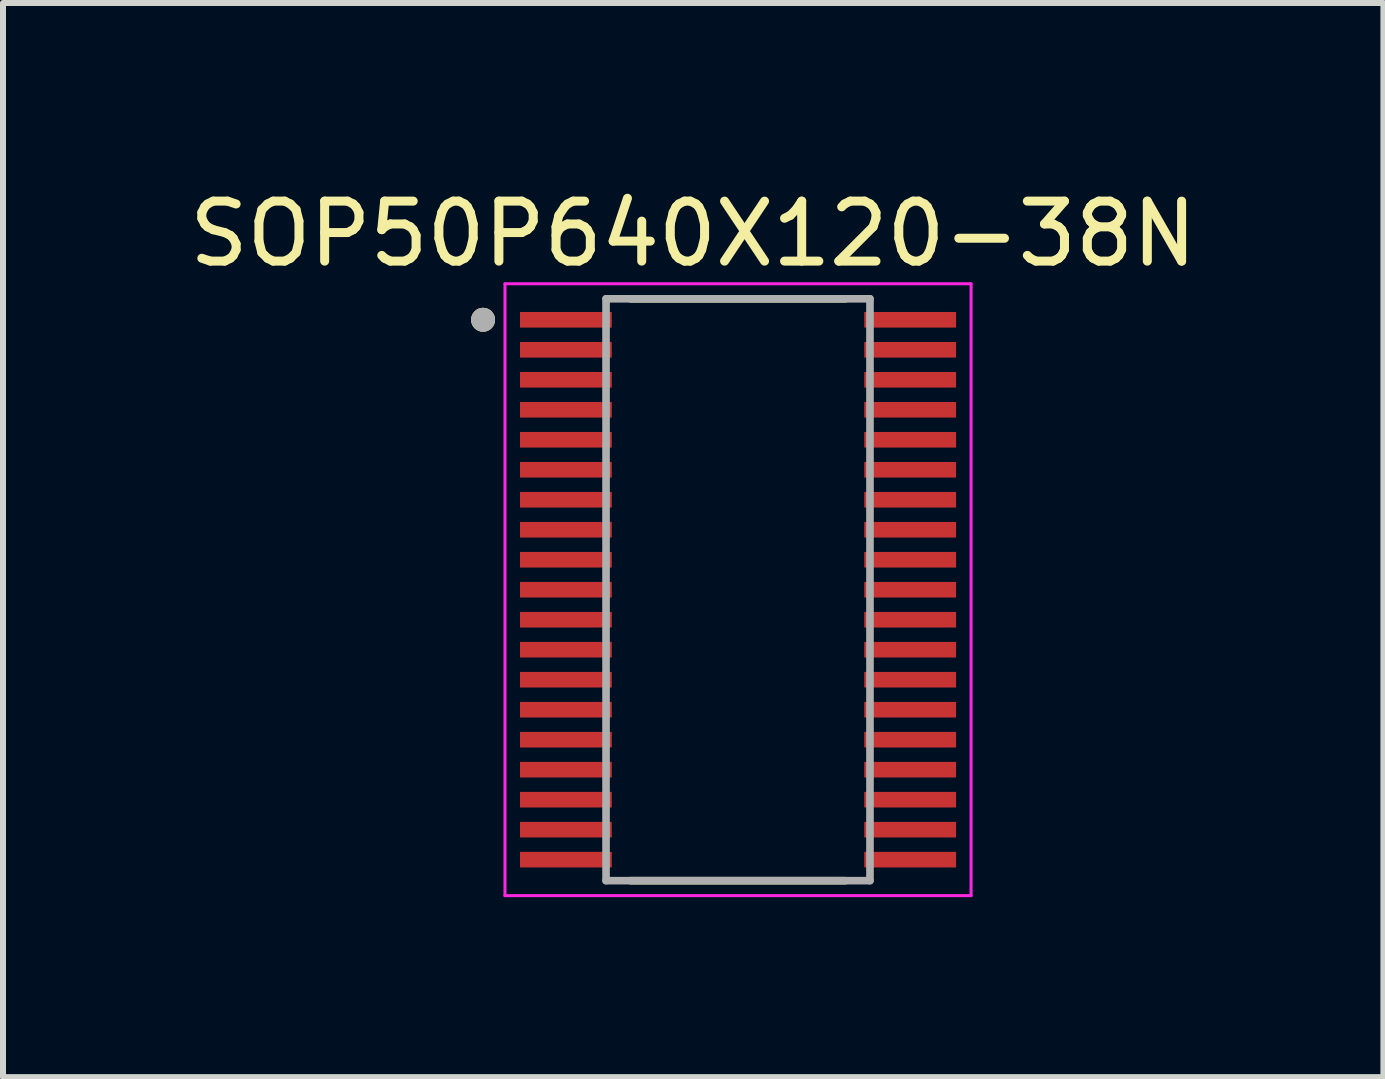
<source format=kicad_pcb>
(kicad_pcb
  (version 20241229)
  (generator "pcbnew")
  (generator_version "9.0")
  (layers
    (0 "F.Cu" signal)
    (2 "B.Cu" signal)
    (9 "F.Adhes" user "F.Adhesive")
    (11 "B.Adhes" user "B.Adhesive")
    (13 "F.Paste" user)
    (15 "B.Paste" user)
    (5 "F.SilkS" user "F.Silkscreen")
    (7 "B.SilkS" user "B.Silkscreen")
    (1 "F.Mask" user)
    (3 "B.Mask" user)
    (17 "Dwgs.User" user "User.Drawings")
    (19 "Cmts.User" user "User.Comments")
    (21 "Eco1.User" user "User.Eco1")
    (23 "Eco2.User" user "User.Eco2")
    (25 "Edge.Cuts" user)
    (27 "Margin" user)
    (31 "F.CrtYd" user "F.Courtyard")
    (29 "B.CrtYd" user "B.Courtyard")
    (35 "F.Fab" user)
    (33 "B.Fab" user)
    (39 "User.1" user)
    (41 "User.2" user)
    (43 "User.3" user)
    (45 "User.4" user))
  (footprint "SOP50P640X120-38N"
    (layer "F.Cu")
    (at 9.253 6.781)
    (property "Reference" "SOP50P640X120-38N" (at -0.748 -5.933 0) (layer "F.SilkS") (effects (font (size 1 1) (thickness 0.15))))
    (attr smd)
    (fp_line (start -1.79 -4.85) (end 1.79 -4.85) (stroke (width 0.127) (type solid)) (layer "F.SilkS"))
    (fp_line (start 1.79 4.85) (end -1.79 4.85) (stroke (width 0.127) (type solid)) (layer "F.SilkS"))
    (fp_circle (center -4.25 -4.5) (end -4.15 -4.5) (stroke (width 0.2) (type solid)) (fill no) (layer "F.SilkS"))
    (fp_line (start -3.885 -5.1) (end 3.885 -5.1) (stroke (width 0.05) (type solid)) (layer "F.CrtYd"))
    (fp_line (start -3.885 5.1) (end -3.885 -5.1) (stroke (width 0.05) (type solid)) (layer "F.CrtYd"))
    (fp_line (start 3.885 -5.1) (end 3.885 5.1) (stroke (width 0.05) (type solid)) (layer "F.CrtYd"))
    (fp_line (start 3.885 5.1) (end -3.885 5.1) (stroke (width 0.05) (type solid)) (layer "F.CrtYd"))
    (fp_line (start -2.2 -4.85) (end 2.2 -4.85) (stroke (width 0.127) (type solid)) (layer "F.Fab"))
    (fp_line (start -2.2 4.85) (end -2.2 -4.85) (stroke (width 0.127) (type solid)) (layer "F.Fab"))
    (fp_line (start 2.2 -4.85) (end 2.2 4.85) (stroke (width 0.127) (type solid)) (layer "F.Fab"))
    (fp_line (start 2.2 4.85) (end -2.2 4.85) (stroke (width 0.127) (type solid)) (layer "F.Fab"))
    (fp_circle (center -4.25 -4.5) (end -4.15 -4.5) (stroke (width 0.2) (type solid)) (fill no) (layer "F.Fab"))
    (pad "1" smd rect (at -2.87 -4.5) (size 1.53 0.26) (layers "F.Cu" "F.Mask" "F.Paste"))
    (pad "2" smd rect (at -2.87 -4) (size 1.53 0.26) (layers "F.Cu" "F.Mask" "F.Paste"))
    (pad "3" smd rect (at -2.87 -3.5) (size 1.53 0.26) (layers "F.Cu" "F.Mask" "F.Paste"))
    (pad "4" smd rect (at -2.87 -3) (size 1.53 0.26) (layers "F.Cu" "F.Mask" "F.Paste"))
    (pad "5" smd rect (at -2.87 -2.5) (size 1.53 0.26) (layers "F.Cu" "F.Mask" "F.Paste"))
    (pad "6" smd rect (at -2.87 -2) (size 1.53 0.26) (layers "F.Cu" "F.Mask" "F.Paste"))
    (pad "7" smd rect (at -2.87 -1.5) (size 1.53 0.26) (layers "F.Cu" "F.Mask" "F.Paste"))
    (pad "8" smd rect (at -2.87 -1) (size 1.53 0.26) (layers "F.Cu" "F.Mask" "F.Paste"))
    (pad "9" smd rect (at -2.87 -0.5) (size 1.53 0.26) (layers "F.Cu" "F.Mask" "F.Paste"))
    (pad "10" smd rect (at -2.87 0) (size 1.53 0.26) (layers "F.Cu" "F.Mask" "F.Paste"))
    (pad "11" smd rect (at -2.87 0.5) (size 1.53 0.26) (layers "F.Cu" "F.Mask" "F.Paste"))
    (pad "12" smd rect (at -2.87 1) (size 1.53 0.26) (layers "F.Cu" "F.Mask" "F.Paste"))
    (pad "13" smd rect (at -2.87 1.5) (size 1.53 0.26) (layers "F.Cu" "F.Mask" "F.Paste"))
    (pad "14" smd rect (at -2.87 2) (size 1.53 0.26) (layers "F.Cu" "F.Mask" "F.Paste"))
    (pad "15" smd rect (at -2.87 2.5) (size 1.53 0.26) (layers "F.Cu" "F.Mask" "F.Paste"))
    (pad "16" smd rect (at -2.87 3) (size 1.53 0.26) (layers "F.Cu" "F.Mask" "F.Paste"))
    (pad "17" smd rect (at -2.87 3.5) (size 1.53 0.26) (layers "F.Cu" "F.Mask" "F.Paste"))
    (pad "18" smd rect (at -2.87 4) (size 1.53 0.26) (layers "F.Cu" "F.Mask" "F.Paste"))
    (pad "19" smd rect (at -2.87 4.5) (size 1.53 0.26) (layers "F.Cu" "F.Mask" "F.Paste"))
    (pad "20" smd rect (at 2.87 4.5) (size 1.53 0.26) (layers "F.Cu" "F.Mask" "F.Paste"))
    (pad "21" smd rect (at 2.87 4) (size 1.53 0.26) (layers "F.Cu" "F.Mask" "F.Paste"))
    (pad "22" smd rect (at 2.87 3.5) (size 1.53 0.26) (layers "F.Cu" "F.Mask" "F.Paste"))
    (pad "23" smd rect (at 2.87 3) (size 1.53 0.26) (layers "F.Cu" "F.Mask" "F.Paste"))
    (pad "24" smd rect (at 2.87 2.5) (size 1.53 0.26) (layers "F.Cu" "F.Mask" "F.Paste"))
    (pad "25" smd rect (at 2.87 2) (size 1.53 0.26) (layers "F.Cu" "F.Mask" "F.Paste"))
    (pad "26" smd rect (at 2.87 1.5) (size 1.53 0.26) (layers "F.Cu" "F.Mask" "F.Paste"))
    (pad "27" smd rect (at 2.87 1) (size 1.53 0.26) (layers "F.Cu" "F.Mask" "F.Paste"))
    (pad "28" smd rect (at 2.87 0.5) (size 1.53 0.26) (layers "F.Cu" "F.Mask" "F.Paste"))
    (pad "29" smd rect (at 2.87 0) (size 1.53 0.26) (layers "F.Cu" "F.Mask" "F.Paste"))
    (pad "30" smd rect (at 2.87 -0.5) (size 1.53 0.26) (layers "F.Cu" "F.Mask" "F.Paste"))
    (pad "31" smd rect (at 2.87 -1) (size 1.53 0.26) (layers "F.Cu" "F.Mask" "F.Paste"))
    (pad "32" smd rect (at 2.87 -1.5) (size 1.53 0.26) (layers "F.Cu" "F.Mask" "F.Paste"))
    (pad "33" smd rect (at 2.87 -2) (size 1.53 0.26) (layers "F.Cu" "F.Mask" "F.Paste"))
    (pad "34" smd rect (at 2.87 -2.5) (size 1.53 0.26) (layers "F.Cu" "F.Mask" "F.Paste"))
    (pad "35" smd rect (at 2.87 -3) (size 1.53 0.26) (layers "F.Cu" "F.Mask" "F.Paste"))
    (pad "36" smd rect (at 2.87 -3.5) (size 1.53 0.26) (layers "F.Cu" "F.Mask" "F.Paste"))
    (pad "37" smd rect (at 2.87 -4) (size 1.53 0.26) (layers "F.Cu" "F.Mask" "F.Paste"))
    (pad "38" smd rect (at 2.87 -4.5) (size 1.53 0.26) (layers "F.Cu" "F.Mask" "F.Paste")))
  (gr_rect
    (start -3 -3)
    (end 20.012 14.906)
    (stroke (width 0.1) (type default))
    (fill no)
    (layer "Edge.Cuts")))
</source>
